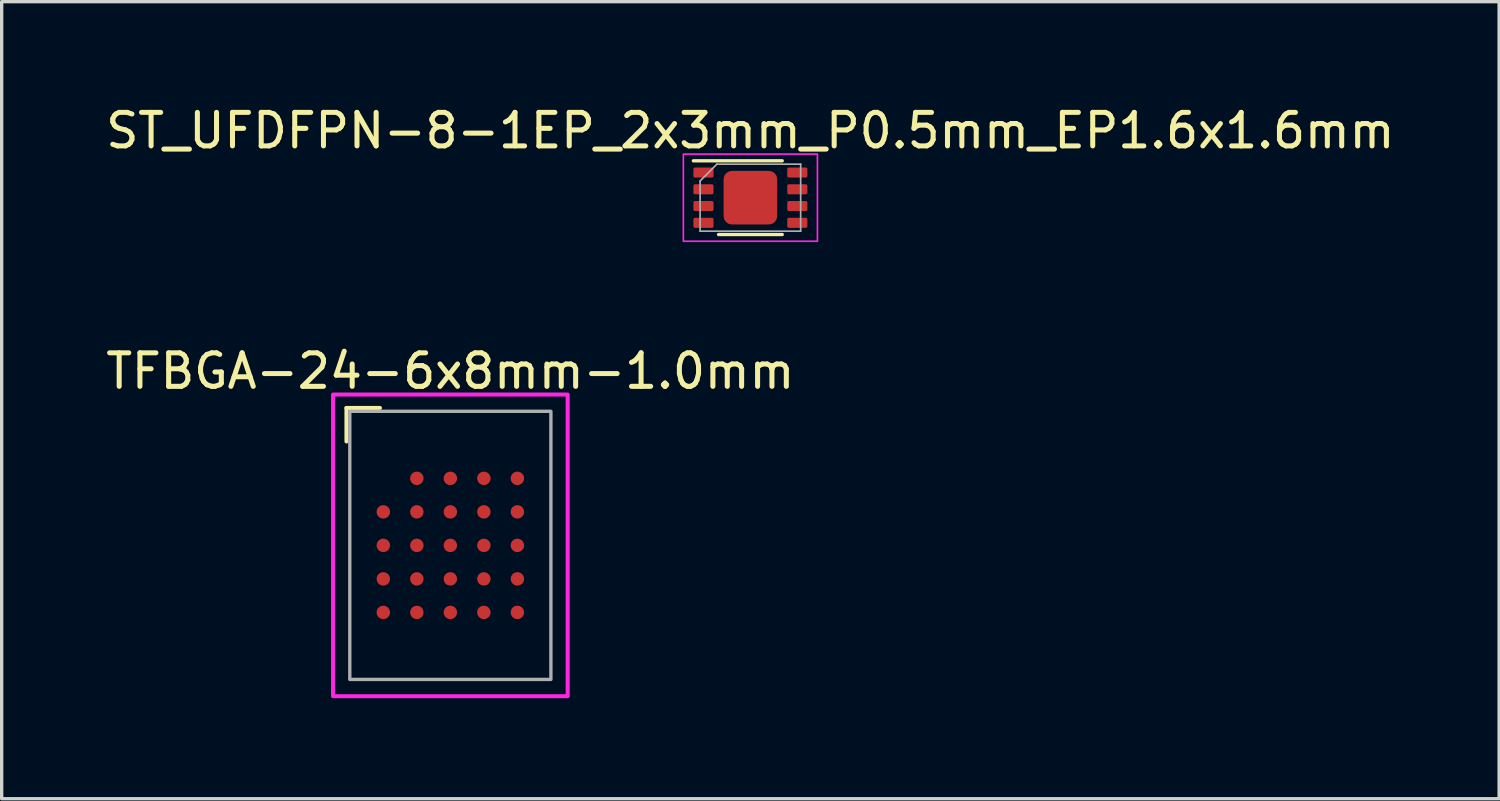
<source format=kicad_pcb>
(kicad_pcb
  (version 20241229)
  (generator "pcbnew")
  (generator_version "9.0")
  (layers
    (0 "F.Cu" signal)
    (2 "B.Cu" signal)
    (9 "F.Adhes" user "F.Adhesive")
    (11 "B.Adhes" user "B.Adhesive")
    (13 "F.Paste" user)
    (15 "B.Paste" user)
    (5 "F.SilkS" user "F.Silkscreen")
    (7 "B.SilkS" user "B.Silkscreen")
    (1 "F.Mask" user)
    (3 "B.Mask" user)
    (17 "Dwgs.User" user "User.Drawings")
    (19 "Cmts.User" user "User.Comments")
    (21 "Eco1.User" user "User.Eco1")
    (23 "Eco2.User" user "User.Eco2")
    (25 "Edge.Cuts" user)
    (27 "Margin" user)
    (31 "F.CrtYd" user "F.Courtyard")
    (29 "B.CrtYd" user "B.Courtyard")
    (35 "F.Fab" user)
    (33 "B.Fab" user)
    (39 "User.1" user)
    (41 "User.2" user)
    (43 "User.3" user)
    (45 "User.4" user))
  (footprint "ST_UFDFPN-8-1EP_2x3mm_P0.5mm_EP1.6x1.6mm"
    (layer "F.Cu")
    (at 19.339 2.848)
    (property "Reference" "ST_UFDFPN-8-1EP_2x3mm_P0.5mm_EP1.6x1.6mm" (at 0 -2 0) (unlocked yes) (layer "F.SilkS") (effects (font (size 1 1) (thickness 0.15))))
    (attr smd)
    (fp_line (start -1.7 -1.1) (end 0.95 -1.1) (stroke (width 0.1) (type default)) (layer "F.SilkS"))
    (fp_line (start 0.95 1.1) (end -0.95 1.1) (stroke (width 0.1) (type default)) (layer "F.SilkS"))
    (fp_rect (start -2 -1.3) (end 2 1.3) (stroke (width 0.05) (type default)) (fill no) (layer "F.CrtYd"))
    (fp_line (start -1.5 -0.5) (end -1.5 1) (stroke (width 0.05) (type default)) (layer "F.Fab"))
    (fp_line (start -1.5 -0.5) (end -1 -1) (stroke (width 0.05) (type default)) (layer "F.Fab"))
    (fp_line (start -1.5 1) (end 1.5 1) (stroke (width 0.05) (type default)) (layer "F.Fab"))
    (fp_line (start 1.5 -1) (end -1 -1) (stroke (width 0.05) (type default)) (layer "F.Fab"))
    (fp_line (start 1.5 1) (end 1.5 -1) (stroke (width 0.05) (type default)) (layer "F.Fab"))
    (pad "" smd roundrect (at -0.45 -0.45) (size 0.5 0.5) (layers "F.Paste") (roundrect_rratio 0.25))
    (pad "" smd roundrect (at -0.45 0.45) (size 0.5 0.5) (layers "F.Paste") (roundrect_rratio 0.25))
    (pad "" smd roundrect (at 0 0) (size 0.5 0.5) (layers "F.Paste") (roundrect_rratio 0.25))
    (pad "" smd roundrect (at 0.45 -0.45) (size 0.5 0.5) (layers "F.Paste") (roundrect_rratio 0.25))
    (pad "" smd roundrect (at 0.45 0.45) (size 0.5 0.5) (layers "F.Paste") (roundrect_rratio 0.25))
    (pad "1" smd roundrect (at -1.4 -0.75) (size 0.6 0.3) (layers "F.Cu" "F.Mask" "F.Paste") (roundrect_rratio 0.156))
    (pad "2" smd roundrect (at -1.4 -0.25) (size 0.6 0.3) (layers "F.Cu" "F.Mask" "F.Paste") (roundrect_rratio 0.156))
    (pad "3" smd roundrect (at -1.4 0.25) (size 0.6 0.3) (layers "F.Cu" "F.Mask" "F.Paste") (roundrect_rratio 0.156))
    (pad "4" smd roundrect (at -1.4 0.75) (size 0.6 0.3) (layers "F.Cu" "F.Mask" "F.Paste") (roundrect_rratio 0.156))
    (pad "5" smd roundrect (at 1.4 0.75) (size 0.6 0.3) (layers "F.Cu" "F.Mask" "F.Paste") (roundrect_rratio 0.156))
    (pad "6" smd roundrect (at 1.4 0.25) (size 0.6 0.3) (layers "F.Cu" "F.Mask" "F.Paste") (roundrect_rratio 0.156))
    (pad "7" smd roundrect (at 1.4 -0.25) (size 0.6 0.3) (layers "F.Cu" "F.Mask" "F.Paste") (roundrect_rratio 0.156))
    (pad "8" smd roundrect (at 1.4 -0.75) (size 0.6 0.3) (layers "F.Cu" "F.Mask" "F.Paste") (roundrect_rratio 0.156))
    (pad "EP" smd roundrect (at 0 0) (size 1.6 1.6) (layers "F.Cu" "F.Mask") (roundrect_rratio 0.156)))
  (footprint "TFBGA-24-6x8mm-1.0mm"
    (layer "F.Cu")
    (at 10.387 13.222)
    (property "Reference" "TFBGA-24-6x8mm-1.0mm" (at 0 -5.2 0) (unlocked yes) (layer "F.SilkS") (effects (font (size 1 1) (thickness 0.15))))
    (attr smd)
    (fp_line (start -3.1 -4.1) (end -3.1 -3.1) (stroke (width 0.12) (type solid)) (layer "F.SilkS"))
    (fp_line (start -3.1 -4.1) (end -2.1 -4.1) (stroke (width 0.12) (type solid)) (layer "F.SilkS"))
    (fp_rect (start -3.5 4.5) (end 3.5 -4.5) (stroke (width 0.12) (type solid)) (fill no) (layer "F.CrtYd"))
    (fp_rect (start -3 4) (end 3 -4) (stroke (width 0.1) (type solid)) (fill no) (layer "F.Fab"))
    (pad "A2" smd circle (at -1 -2) (size 0.4 0.4) (layers "F.Cu" "F.Mask" "F.Paste"))
    (pad "A3" smd circle (at 0 -2) (size 0.4 0.4) (layers "F.Cu" "F.Mask" "F.Paste"))
    (pad "A4" smd circle (at 1 -2) (size 0.4 0.4) (layers "F.Cu" "F.Mask" "F.Paste"))
    (pad "A5" smd circle (at 2 -2) (size 0.4 0.4) (layers "F.Cu" "F.Mask" "F.Paste"))
    (pad "B1" smd circle (at -2 -1) (size 0.4 0.4) (layers "F.Cu" "F.Mask" "F.Paste"))
    (pad "B2" smd circle (at -1 -1) (size 0.4 0.4) (layers "F.Cu" "F.Mask" "F.Paste"))
    (pad "B3" smd circle (at 0 -1) (size 0.4 0.4) (layers "F.Cu" "F.Mask" "F.Paste"))
    (pad "B4" smd circle (at 1 -1) (size 0.4 0.4) (layers "F.Cu" "F.Mask" "F.Paste"))
    (pad "B5" smd circle (at 2 -1) (size 0.4 0.4) (layers "F.Cu" "F.Mask" "F.Paste"))
    (pad "C1" smd circle (at -2 0) (size 0.4 0.4) (layers "F.Cu" "F.Mask" "F.Paste"))
    (pad "C2" smd circle (at -1 0) (size 0.4 0.4) (layers "F.Cu" "F.Mask" "F.Paste"))
    (pad "C3" smd circle (at 0 0) (size 0.4 0.4) (layers "F.Cu" "F.Mask" "F.Paste"))
    (pad "C4" smd circle (at 1 0) (size 0.4 0.4) (layers "F.Cu" "F.Mask" "F.Paste"))
    (pad "C5" smd circle (at 2 0) (size 0.4 0.4) (layers "F.Cu" "F.Mask" "F.Paste"))
    (pad "D1" smd circle (at -2 1) (size 0.4 0.4) (layers "F.Cu" "F.Mask" "F.Paste"))
    (pad "D2" smd circle (at -1 1) (size 0.4 0.4) (layers "F.Cu" "F.Mask" "F.Paste"))
    (pad "D3" smd circle (at 0 1) (size 0.4 0.4) (layers "F.Cu" "F.Mask" "F.Paste"))
    (pad "D4" smd circle (at 1 1) (size 0.4 0.4) (layers "F.Cu" "F.Mask" "F.Paste"))
    (pad "D5" smd circle (at 2 1) (size 0.4 0.4) (layers "F.Cu" "F.Mask" "F.Paste"))
    (pad "E1" smd circle (at -2 2) (size 0.4 0.4) (layers "F.Cu" "F.Mask" "F.Paste"))
    (pad "E2" smd circle (at -1 2) (size 0.4 0.4) (layers "F.Cu" "F.Mask" "F.Paste"))
    (pad "E3" smd circle (at 0 2) (size 0.4 0.4) (layers "F.Cu" "F.Mask" "F.Paste"))
    (pad "E4" smd circle (at 1 2) (size 0.4 0.4) (layers "F.Cu" "F.Mask" "F.Paste"))
    (pad "E5" smd circle (at 2 2) (size 0.4 0.4) (layers "F.Cu" "F.Mask" "F.Paste")))
  (gr_rect
    (start -3 -3)
    (end 41.679 20.782)
    (stroke (width 0.1) (type default))
    (fill no)
    (layer "Edge.Cuts")))
</source>
